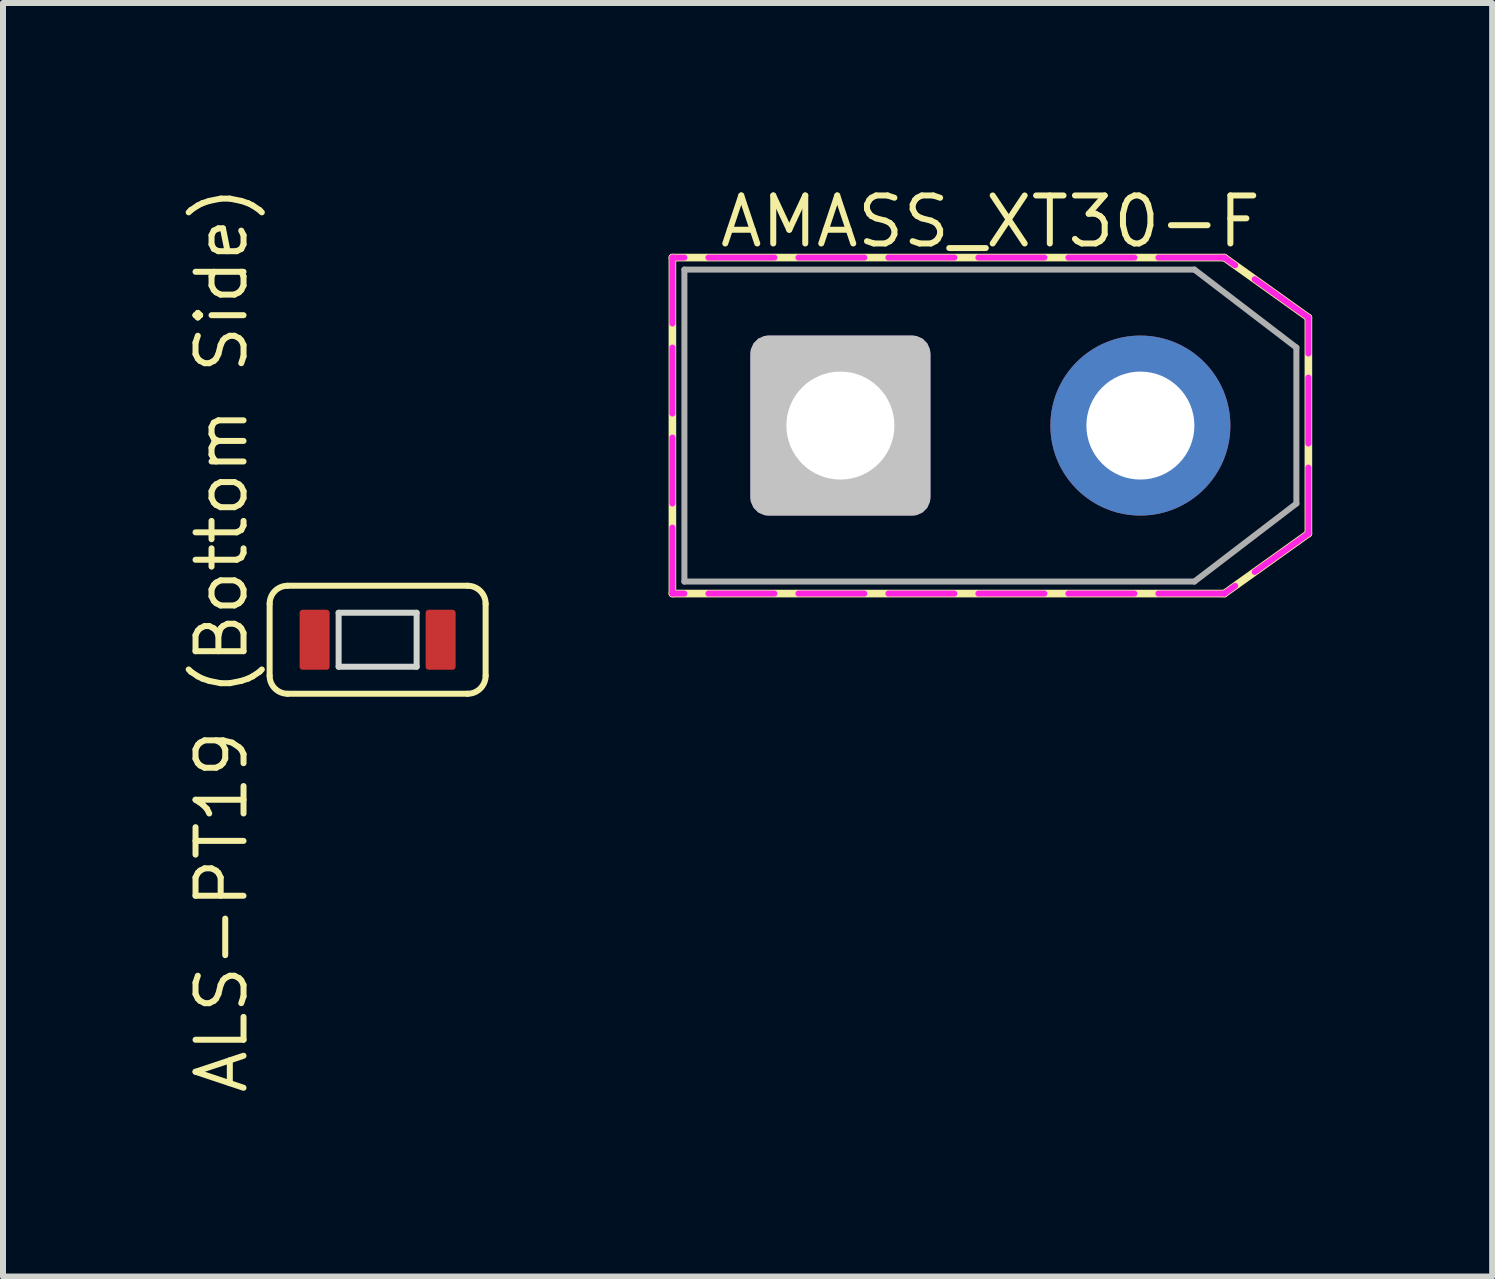
<source format=kicad_pcb>
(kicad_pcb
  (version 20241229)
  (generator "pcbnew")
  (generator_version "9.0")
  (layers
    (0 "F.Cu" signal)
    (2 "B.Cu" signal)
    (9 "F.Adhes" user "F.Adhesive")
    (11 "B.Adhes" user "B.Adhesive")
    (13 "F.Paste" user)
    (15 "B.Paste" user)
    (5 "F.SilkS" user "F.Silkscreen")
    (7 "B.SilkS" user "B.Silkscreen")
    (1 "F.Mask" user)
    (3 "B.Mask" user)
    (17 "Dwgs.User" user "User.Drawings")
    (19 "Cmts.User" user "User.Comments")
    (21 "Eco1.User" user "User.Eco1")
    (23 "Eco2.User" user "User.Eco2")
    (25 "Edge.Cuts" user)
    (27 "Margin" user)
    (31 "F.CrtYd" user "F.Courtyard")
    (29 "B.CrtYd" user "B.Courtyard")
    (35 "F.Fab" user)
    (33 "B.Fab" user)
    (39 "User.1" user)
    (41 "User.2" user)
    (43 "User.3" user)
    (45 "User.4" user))
  (footprint "ALS-PT19 (Bottom Side)"
    (layer "F.Cu")
    (at 3.244 7.613)
    (property "Reference" "ALS-PT19 (Bottom Side)" (at -2.6 0 90) (unlocked yes) (layer "F.SilkS") (effects (font (size 0.8 0.8) (thickness 0.1))))
    (attr smd)
    (fp_line (start -1.8 0.6) (end -1.8 -0.6) (stroke (width 0.1) (type default)) (layer "F.SilkS"))
    (fp_line (start -1.5 -0.9) (end 1.5 -0.9) (stroke (width 0.1) (type default)) (layer "F.SilkS"))
    (fp_line (start -1.5 0.9) (end 1.5 0.9) (stroke (width 0.1) (type default)) (layer "F.SilkS"))
    (fp_line (start 1.8 -0.6) (end 1.8 0.6) (stroke (width 0.1) (type default)) (layer "F.SilkS"))
    (fp_arc (start -1.8 -0.6) (mid -1.712132 -0.812132) (end -1.5 -0.9) (stroke (width 0.1) (type default)) (layer "F.SilkS"))
    (fp_arc (start -1.5 0.9) (mid -1.712132 0.812132) (end -1.8 0.6) (stroke (width 0.1) (type default)) (layer "F.SilkS"))
    (fp_arc (start 1.5 -0.9) (mid 1.712132 -0.812132) (end 1.8 -0.6) (stroke (width 0.1) (type default)) (layer "F.SilkS"))
    (fp_arc (start 1.8 0.6) (mid 1.712132 0.812132) (end 1.5 0.9) (stroke (width 0.1) (type default)) (layer "F.SilkS"))
    (fp_line (start -0.65 -0.45) (end -0.65 0.45) (stroke (width 0.1) (type default)) (layer "Edge.Cuts"))
    (fp_line (start -0.65 0.45) (end 0.65 0.45) (stroke (width 0.1) (type default)) (layer "Edge.Cuts"))
    (fp_line (start 0.65 -0.45) (end -0.65 -0.45) (stroke (width 0.1) (type default)) (layer "Edge.Cuts"))
    (fp_line (start 0.65 0.45) (end 0.65 -0.45) (stroke (width 0.1) (type default)) (layer "Edge.Cuts"))
    (pad "1" smd roundrect (at -1.05 0) (size 0.5 1) (layers "F.Cu" "F.Mask") (roundrect_rratio 0.1))
    (pad "2" smd roundrect (at 1.05 0) (size 0.5 1) (layers "F.Cu" "F.Mask") (roundrect_rratio 0.1)))
  (footprint "AMASS_XT30-F"
    (layer "F.Cu")
    (at 13.457 4.043)
    (property "Reference" "AMASS_XT30-F" (at 0 -3.4 180) (layer "F.SilkS") (effects (font (size 0.8 0.8) (thickness 0.1))))
    (attr through_hole)
    (fp_line (start -5.3 2.8) (end -5.3 -2.8) (stroke (width 0.127) (type solid)) (layer "F.SilkS"))
    (fp_line (start 3.9 -2.8) (end -5.3 -2.8) (stroke (width 0.127) (type solid)) (layer "F.SilkS"))
    (fp_line (start 3.9 2.8) (end -5.3 2.8) (stroke (width 0.127) (type solid)) (layer "F.SilkS"))
    (fp_line (start 5.3 -1.8) (end 3.9 -2.8) (stroke (width 0.127) (type solid)) (layer "F.SilkS"))
    (fp_line (start 5.3 1.8) (end 3.9 2.8) (stroke (width 0.127) (type solid)) (layer "F.SilkS"))
    (fp_line (start 5.3 1.8) (end 5.3 -1.8) (stroke (width 0.127) (type solid)) (layer "F.SilkS"))
    (fp_line (start -5.3 2.8) (end -5.3 -2.8) (stroke (width 0.1) (type dash)) (layer "F.CrtYd"))
    (fp_line (start 3.9 -2.8) (end -5.3 -2.8) (stroke (width 0.1) (type dash)) (layer "F.CrtYd"))
    (fp_line (start 3.9 2.8) (end -5.3 2.8) (stroke (width 0.1) (type dash)) (layer "F.CrtYd"))
    (fp_line (start 5.3 -1.8) (end 3.9 -2.8) (stroke (width 0.1) (type dash)) (layer "F.CrtYd"))
    (fp_line (start 5.3 1.8) (end 3.9 2.8) (stroke (width 0.1) (type dash)) (layer "F.CrtYd"))
    (fp_line (start 5.3 1.8) (end 5.3 -1.8) (stroke (width 0.1) (type dash)) (layer "F.CrtYd"))
    (fp_line (start -5.1 2.6) (end -5.1 -2.6) (stroke (width 0.1) (type solid)) (layer "F.Fab"))
    (fp_line (start 3.4 -2.6) (end -5.1 -2.6) (stroke (width 0.1) (type solid)) (layer "F.Fab"))
    (fp_line (start 3.4 2.6) (end -5.1 2.6) (stroke (width 0.1) (type solid)) (layer "F.Fab"))
    (fp_line (start 5.1 -1.3) (end 3.4 -2.6) (stroke (width 0.1) (type solid)) (layer "F.Fab"))
    (fp_line (start 5.1 1.3) (end 3.4 2.6) (stroke (width 0.1) (type solid)) (layer "F.Fab"))
    (fp_line (start 5.1 1.3) (end 5.1 -1.3) (stroke (width 0.1) (type solid)) (layer "F.Fab"))
    (pad "1" thru_hole circle (at 2.5 0 180) (size 3 3) (drill 1.8) (layers "*.Cu" "*.Mask"))
    (pad "2" thru_hole roundrect (at -2.5 0 180) (size 3 3) (drill 1.8) (layers "*.Cu" "*.Mask" "Dwgs.User") (roundrect_rratio 0.1)))
  (gr_rect
    (start -3 -3)
    (end 21.82 18.226)
    (stroke (width 0.1) (type default))
    (fill no)
    (layer "Edge.Cuts")))
</source>
